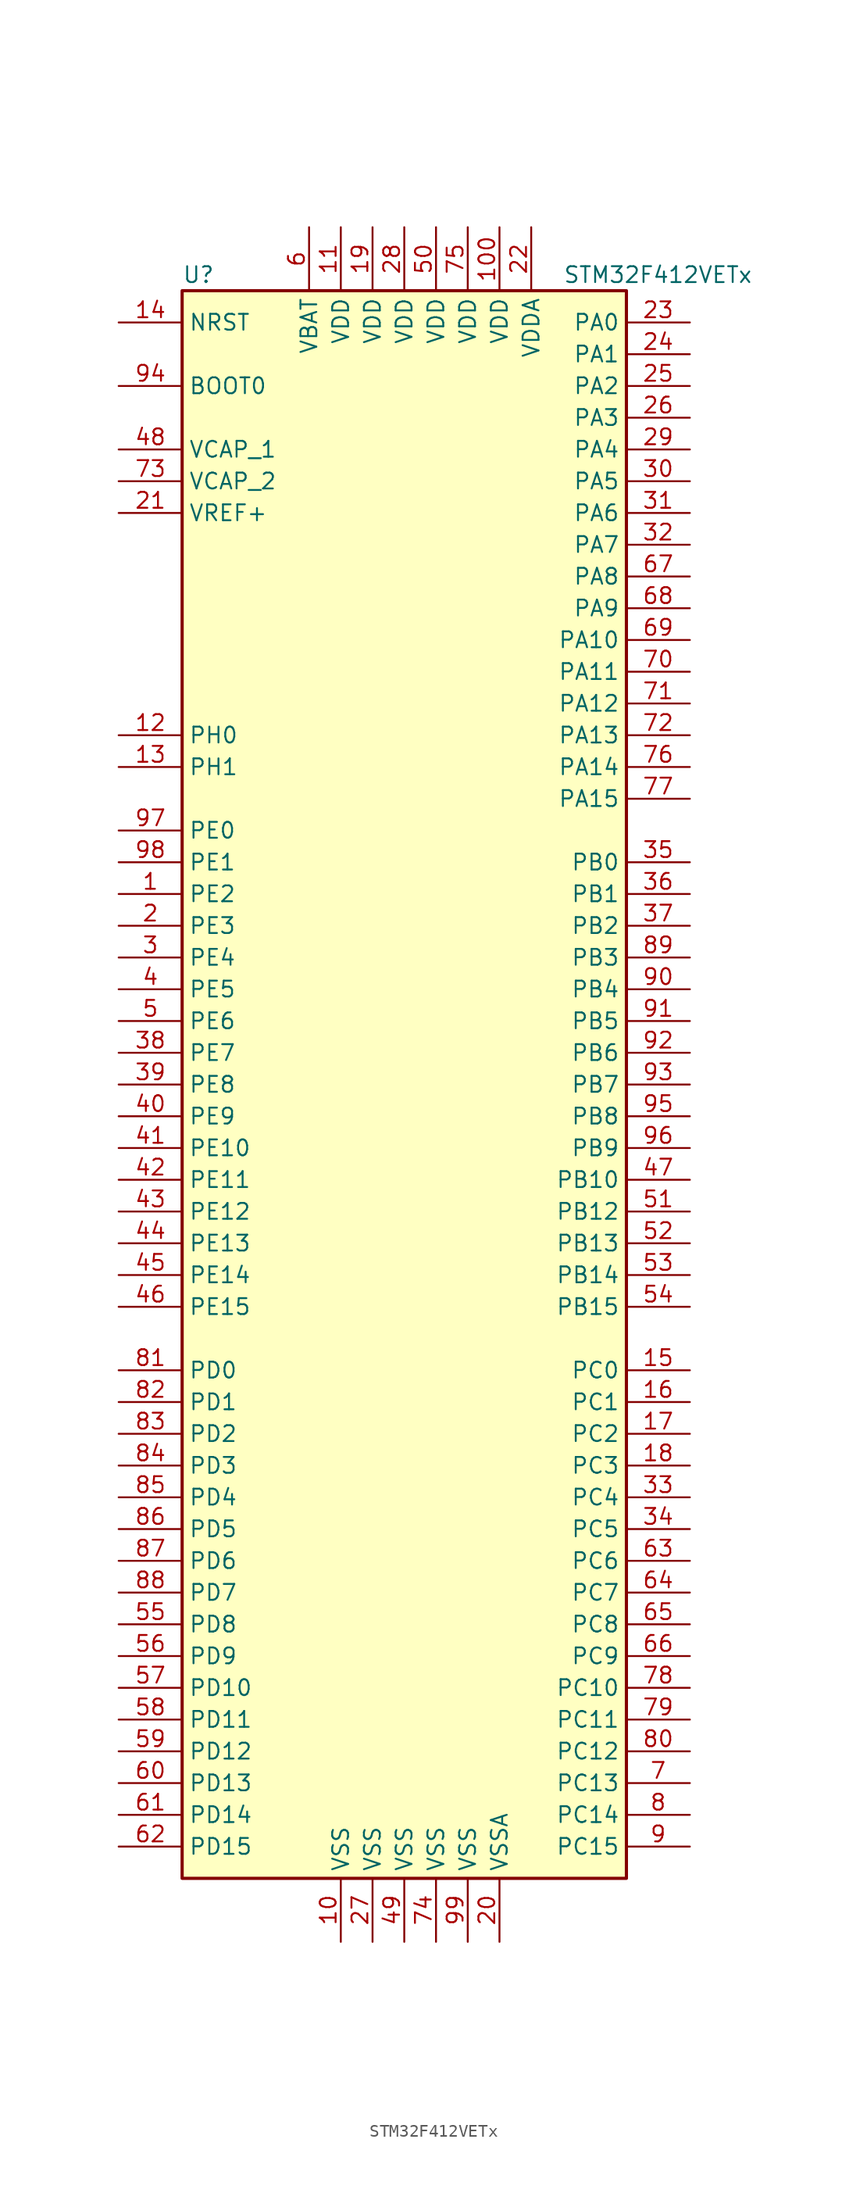
<source format=kicad_sym>
(kicad_symbol_lib
  (version 20220914)
  (generator kicad_symbol_editor)
  (symbol "STM32F412VETx"
    (property "Reference" "U"
      (at -17.78 64.77 0)
      (effects (font (size 1.27 1.27)) (justify left)))
    (property "Value" "STM32F412VETx"
      (at 12.7 64.77 0)
      (effects (font (size 1.27 1.27)) (justify left)))
    (symbol "STM32F412VETx_0_1"
      (rectangle (start -17.78 -63.5) (end 17.78 63.5) (stroke (width 0.254) (type default)) (fill (type background))))
    (symbol "STM32F412VETx_1_1"
      (pin bidirectional line (at -22.86 15.24 0) (length 5.08) (name "PE2" (effects (font (size 1.27 1.27)))) (number "1" (effects (font (size 1.27 1.27)))))
      (pin power_in line (at -5.08 -68.58 90) (length 5.08) (name "VSS" (effects (font (size 1.27 1.27)))) (number "10" (effects (font (size 1.27 1.27)))))
      (pin power_in line (at 7.62 68.58 270) (length 5.08) (name "VDD" (effects (font (size 1.27 1.27)))) (number "100" (effects (font (size 1.27 1.27)))))
      (pin power_in line (at -5.08 68.58 270) (length 5.08) (name "VDD" (effects (font (size 1.27 1.27)))) (number "11" (effects (font (size 1.27 1.27)))))
      (pin input line (at -22.86 27.94 0) (length 5.08) (name "PH0" (effects (font (size 1.27 1.27)))) (number "12" (effects (font (size 1.27 1.27)))))
      (pin input line (at -22.86 25.4 0) (length 5.08) (name "PH1" (effects (font (size 1.27 1.27)))) (number "13" (effects (font (size 1.27 1.27)))))
      (pin input line (at -22.86 60.96 0) (length 5.08) (name "NRST" (effects (font (size 1.27 1.27)))) (number "14" (effects (font (size 1.27 1.27)))))
      (pin bidirectional line (at 22.86 -22.86 180) (length 5.08) (name "PC0" (effects (font (size 1.27 1.27)))) (number "15" (effects (font (size 1.27 1.27)))))
      (pin bidirectional line (at 22.86 -25.4 180) (length 5.08) (name "PC1" (effects (font (size 1.27 1.27)))) (number "16" (effects (font (size 1.27 1.27)))))
      (pin bidirectional line (at 22.86 -27.94 180) (length 5.08) (name "PC2" (effects (font (size 1.27 1.27)))) (number "17" (effects (font (size 1.27 1.27)))))
      (pin bidirectional line (at 22.86 -30.48 180) (length 5.08) (name "PC3" (effects (font (size 1.27 1.27)))) (number "18" (effects (font (size 1.27 1.27)))))
      (pin power_in line (at -2.54 68.58 270) (length 5.08) (name "VDD" (effects (font (size 1.27 1.27)))) (number "19" (effects (font (size 1.27 1.27)))))
      (pin bidirectional line (at -22.86 12.7 0) (length 5.08) (name "PE3" (effects (font (size 1.27 1.27)))) (number "2" (effects (font (size 1.27 1.27)))))
      (pin power_in line (at 7.62 -68.58 90) (length 5.08) (name "VSSA" (effects (font (size 1.27 1.27)))) (number "20" (effects (font (size 1.27 1.27)))))
      (pin power_in line (at -22.86 45.72 0) (length 5.08) (name "VREF+" (effects (font (size 1.27 1.27)))) (number "21" (effects (font (size 1.27 1.27)))))
      (pin power_in line (at 10.16 68.58 270) (length 5.08) (name "VDDA" (effects (font (size 1.27 1.27)))) (number "22" (effects (font (size 1.27 1.27)))))
      (pin bidirectional line (at 22.86 60.96 180) (length 5.08) (name "PA0" (effects (font (size 1.27 1.27)))) (number "23" (effects (font (size 1.27 1.27)))))
      (pin bidirectional line (at 22.86 58.42 180) (length 5.08) (name "PA1" (effects (font (size 1.27 1.27)))) (number "24" (effects (font (size 1.27 1.27)))))
      (pin bidirectional line (at 22.86 55.88 180) (length 5.08) (name "PA2" (effects (font (size 1.27 1.27)))) (number "25" (effects (font (size 1.27 1.27)))))
      (pin bidirectional line (at 22.86 53.34 180) (length 5.08) (name "PA3" (effects (font (size 1.27 1.27)))) (number "26" (effects (font (size 1.27 1.27)))))
      (pin power_in line (at -2.54 -68.58 90) (length 5.08) (name "VSS" (effects (font (size 1.27 1.27)))) (number "27" (effects (font (size 1.27 1.27)))))
      (pin power_in line (at 0 68.58 270) (length 5.08) (name "VDD" (effects (font (size 1.27 1.27)))) (number "28" (effects (font (size 1.27 1.27)))))
      (pin bidirectional line (at 22.86 50.8 180) (length 5.08) (name "PA4" (effects (font (size 1.27 1.27)))) (number "29" (effects (font (size 1.27 1.27)))))
      (pin bidirectional line (at -22.86 10.16 0) (length 5.08) (name "PE4" (effects (font (size 1.27 1.27)))) (number "3" (effects (font (size 1.27 1.27)))))
      (pin bidirectional line (at 22.86 48.26 180) (length 5.08) (name "PA5" (effects (font (size 1.27 1.27)))) (number "30" (effects (font (size 1.27 1.27)))))
      (pin bidirectional line (at 22.86 45.72 180) (length 5.08) (name "PA6" (effects (font (size 1.27 1.27)))) (number "31" (effects (font (size 1.27 1.27)))))
      (pin bidirectional line (at 22.86 43.18 180) (length 5.08) (name "PA7" (effects (font (size 1.27 1.27)))) (number "32" (effects (font (size 1.27 1.27)))))
      (pin bidirectional line (at 22.86 -33.02 180) (length 5.08) (name "PC4" (effects (font (size 1.27 1.27)))) (number "33" (effects (font (size 1.27 1.27)))))
      (pin bidirectional line (at 22.86 -35.56 180) (length 5.08) (name "PC5" (effects (font (size 1.27 1.27)))) (number "34" (effects (font (size 1.27 1.27)))))
      (pin bidirectional line (at 22.86 17.78 180) (length 5.08) (name "PB0" (effects (font (size 1.27 1.27)))) (number "35" (effects (font (size 1.27 1.27)))))
      (pin bidirectional line (at 22.86 15.24 180) (length 5.08) (name "PB1" (effects (font (size 1.27 1.27)))) (number "36" (effects (font (size 1.27 1.27)))))
      (pin bidirectional line (at 22.86 12.7 180) (length 5.08) (name "PB2" (effects (font (size 1.27 1.27)))) (number "37" (effects (font (size 1.27 1.27)))))
      (pin bidirectional line (at -22.86 2.54 0) (length 5.08) (name "PE7" (effects (font (size 1.27 1.27)))) (number "38" (effects (font (size 1.27 1.27)))))
      (pin bidirectional line (at -22.86 0 0) (length 5.08) (name "PE8" (effects (font (size 1.27 1.27)))) (number "39" (effects (font (size 1.27 1.27)))))
      (pin bidirectional line (at -22.86 7.62 0) (length 5.08) (name "PE5" (effects (font (size 1.27 1.27)))) (number "4" (effects (font (size 1.27 1.27)))))
      (pin bidirectional line (at -22.86 -2.54 0) (length 5.08) (name "PE9" (effects (font (size 1.27 1.27)))) (number "40" (effects (font (size 1.27 1.27)))))
      (pin bidirectional line (at -22.86 -5.08 0) (length 5.08) (name "PE10" (effects (font (size 1.27 1.27)))) (number "41" (effects (font (size 1.27 1.27)))))
      (pin bidirectional line (at -22.86 -7.62 0) (length 5.08) (name "PE11" (effects (font (size 1.27 1.27)))) (number "42" (effects (font (size 1.27 1.27)))))
      (pin bidirectional line (at -22.86 -10.16 0) (length 5.08) (name "PE12" (effects (font (size 1.27 1.27)))) (number "43" (effects (font (size 1.27 1.27)))))
      (pin bidirectional line (at -22.86 -12.7 0) (length 5.08) (name "PE13" (effects (font (size 1.27 1.27)))) (number "44" (effects (font (size 1.27 1.27)))))
      (pin bidirectional line (at -22.86 -15.24 0) (length 5.08) (name "PE14" (effects (font (size 1.27 1.27)))) (number "45" (effects (font (size 1.27 1.27)))))
      (pin bidirectional line (at -22.86 -17.78 0) (length 5.08) (name "PE15" (effects (font (size 1.27 1.27)))) (number "46" (effects (font (size 1.27 1.27)))))
      (pin bidirectional line (at 22.86 -7.62 180) (length 5.08) (name "PB10" (effects (font (size 1.27 1.27)))) (number "47" (effects (font (size 1.27 1.27)))))
      (pin power_in line (at -22.86 50.8 0) (length 5.08) (name "VCAP_1" (effects (font (size 1.27 1.27)))) (number "48" (effects (font (size 1.27 1.27)))))
      (pin power_in line (at 0 -68.58 90) (length 5.08) (name "VSS" (effects (font (size 1.27 1.27)))) (number "49" (effects (font (size 1.27 1.27)))))
      (pin bidirectional line (at -22.86 5.08 0) (length 5.08) (name "PE6" (effects (font (size 1.27 1.27)))) (number "5" (effects (font (size 1.27 1.27)))))
      (pin power_in line (at 2.54 68.58 270) (length 5.08) (name "VDD" (effects (font (size 1.27 1.27)))) (number "50" (effects (font (size 1.27 1.27)))))
      (pin bidirectional line (at 22.86 -10.16 180) (length 5.08) (name "PB12" (effects (font (size 1.27 1.27)))) (number "51" (effects (font (size 1.27 1.27)))))
      (pin bidirectional line (at 22.86 -12.7 180) (length 5.08) (name "PB13" (effects (font (size 1.27 1.27)))) (number "52" (effects (font (size 1.27 1.27)))))
      (pin bidirectional line (at 22.86 -15.24 180) (length 5.08) (name "PB14" (effects (font (size 1.27 1.27)))) (number "53" (effects (font (size 1.27 1.27)))))
      (pin bidirectional line (at 22.86 -17.78 180) (length 5.08) (name "PB15" (effects (font (size 1.27 1.27)))) (number "54" (effects (font (size 1.27 1.27)))))
      (pin bidirectional line (at -22.86 -43.18 0) (length 5.08) (name "PD8" (effects (font (size 1.27 1.27)))) (number "55" (effects (font (size 1.27 1.27)))))
      (pin bidirectional line (at -22.86 -45.72 0) (length 5.08) (name "PD9" (effects (font (size 1.27 1.27)))) (number "56" (effects (font (size 1.27 1.27)))))
      (pin bidirectional line (at -22.86 -48.26 0) (length 5.08) (name "PD10" (effects (font (size 1.27 1.27)))) (number "57" (effects (font (size 1.27 1.27)))))
      (pin bidirectional line (at -22.86 -50.8 0) (length 5.08) (name "PD11" (effects (font (size 1.27 1.27)))) (number "58" (effects (font (size 1.27 1.27)))))
      (pin bidirectional line (at -22.86 -53.34 0) (length 5.08) (name "PD12" (effects (font (size 1.27 1.27)))) (number "59" (effects (font (size 1.27 1.27)))))
      (pin power_in line (at -7.62 68.58 270) (length 5.08) (name "VBAT" (effects (font (size 1.27 1.27)))) (number "6" (effects (font (size 1.27 1.27)))))
      (pin bidirectional line (at -22.86 -55.88 0) (length 5.08) (name "PD13" (effects (font (size 1.27 1.27)))) (number "60" (effects (font (size 1.27 1.27)))))
      (pin bidirectional line (at -22.86 -58.42 0) (length 5.08) (name "PD14" (effects (font (size 1.27 1.27)))) (number "61" (effects (font (size 1.27 1.27)))))
      (pin bidirectional line (at -22.86 -60.96 0) (length 5.08) (name "PD15" (effects (font (size 1.27 1.27)))) (number "62" (effects (font (size 1.27 1.27)))))
      (pin bidirectional line (at 22.86 -38.1 180) (length 5.08) (name "PC6" (effects (font (size 1.27 1.27)))) (number "63" (effects (font (size 1.27 1.27)))))
      (pin bidirectional line (at 22.86 -40.64 180) (length 5.08) (name "PC7" (effects (font (size 1.27 1.27)))) (number "64" (effects (font (size 1.27 1.27)))))
      (pin bidirectional line (at 22.86 -43.18 180) (length 5.08) (name "PC8" (effects (font (size 1.27 1.27)))) (number "65" (effects (font (size 1.27 1.27)))))
      (pin bidirectional line (at 22.86 -45.72 180) (length 5.08) (name "PC9" (effects (font (size 1.27 1.27)))) (number "66" (effects (font (size 1.27 1.27)))))
      (pin bidirectional line (at 22.86 40.64 180) (length 5.08) (name "PA8" (effects (font (size 1.27 1.27)))) (number "67" (effects (font (size 1.27 1.27)))))
      (pin bidirectional line (at 22.86 38.1 180) (length 5.08) (name "PA9" (effects (font (size 1.27 1.27)))) (number "68" (effects (font (size 1.27 1.27)))))
      (pin bidirectional line (at 22.86 35.56 180) (length 5.08) (name "PA10" (effects (font (size 1.27 1.27)))) (number "69" (effects (font (size 1.27 1.27)))))
      (pin bidirectional line (at 22.86 -55.88 180) (length 5.08) (name "PC13" (effects (font (size 1.27 1.27)))) (number "7" (effects (font (size 1.27 1.27)))))
      (pin bidirectional line (at 22.86 33.02 180) (length 5.08) (name "PA11" (effects (font (size 1.27 1.27)))) (number "70" (effects (font (size 1.27 1.27)))))
      (pin bidirectional line (at 22.86 30.48 180) (length 5.08) (name "PA12" (effects (font (size 1.27 1.27)))) (number "71" (effects (font (size 1.27 1.27)))))
      (pin bidirectional line (at 22.86 27.94 180) (length 5.08) (name "PA13" (effects (font (size 1.27 1.27)))) (number "72" (effects (font (size 1.27 1.27)))))
      (pin power_in line (at -22.86 48.26 0) (length 5.08) (name "VCAP_2" (effects (font (size 1.27 1.27)))) (number "73" (effects (font (size 1.27 1.27)))))
      (pin power_in line (at 2.54 -68.58 90) (length 5.08) (name "VSS" (effects (font (size 1.27 1.27)))) (number "74" (effects (font (size 1.27 1.27)))))
      (pin power_in line (at 5.08 68.58 270) (length 5.08) (name "VDD" (effects (font (size 1.27 1.27)))) (number "75" (effects (font (size 1.27 1.27)))))
      (pin bidirectional line (at 22.86 25.4 180) (length 5.08) (name "PA14" (effects (font (size 1.27 1.27)))) (number "76" (effects (font (size 1.27 1.27)))))
      (pin bidirectional line (at 22.86 22.86 180) (length 5.08) (name "PA15" (effects (font (size 1.27 1.27)))) (number "77" (effects (font (size 1.27 1.27)))))
      (pin bidirectional line (at 22.86 -48.26 180) (length 5.08) (name "PC10" (effects (font (size 1.27 1.27)))) (number "78" (effects (font (size 1.27 1.27)))))
      (pin bidirectional line (at 22.86 -50.8 180) (length 5.08) (name "PC11" (effects (font (size 1.27 1.27)))) (number "79" (effects (font (size 1.27 1.27)))))
      (pin bidirectional line (at 22.86 -58.42 180) (length 5.08) (name "PC14" (effects (font (size 1.27 1.27)))) (number "8" (effects (font (size 1.27 1.27)))))
      (pin bidirectional line (at 22.86 -53.34 180) (length 5.08) (name "PC12" (effects (font (size 1.27 1.27)))) (number "80" (effects (font (size 1.27 1.27)))))
      (pin bidirectional line (at -22.86 -22.86 0) (length 5.08) (name "PD0" (effects (font (size 1.27 1.27)))) (number "81" (effects (font (size 1.27 1.27)))))
      (pin bidirectional line (at -22.86 -25.4 0) (length 5.08) (name "PD1" (effects (font (size 1.27 1.27)))) (number "82" (effects (font (size 1.27 1.27)))))
      (pin bidirectional line (at -22.86 -27.94 0) (length 5.08) (name "PD2" (effects (font (size 1.27 1.27)))) (number "83" (effects (font (size 1.27 1.27)))))
      (pin bidirectional line (at -22.86 -30.48 0) (length 5.08) (name "PD3" (effects (font (size 1.27 1.27)))) (number "84" (effects (font (size 1.27 1.27)))))
      (pin bidirectional line (at -22.86 -33.02 0) (length 5.08) (name "PD4" (effects (font (size 1.27 1.27)))) (number "85" (effects (font (size 1.27 1.27)))))
      (pin bidirectional line (at -22.86 -35.56 0) (length 5.08) (name "PD5" (effects (font (size 1.27 1.27)))) (number "86" (effects (font (size 1.27 1.27)))))
      (pin bidirectional line (at -22.86 -38.1 0) (length 5.08) (name "PD6" (effects (font (size 1.27 1.27)))) (number "87" (effects (font (size 1.27 1.27)))))
      (pin bidirectional line (at -22.86 -40.64 0) (length 5.08) (name "PD7" (effects (font (size 1.27 1.27)))) (number "88" (effects (font (size 1.27 1.27)))))
      (pin bidirectional line (at 22.86 10.16 180) (length 5.08) (name "PB3" (effects (font (size 1.27 1.27)))) (number "89" (effects (font (size 1.27 1.27)))))
      (pin bidirectional line (at 22.86 -60.96 180) (length 5.08) (name "PC15" (effects (font (size 1.27 1.27)))) (number "9" (effects (font (size 1.27 1.27)))))
      (pin bidirectional line (at 22.86 7.62 180) (length 5.08) (name "PB4" (effects (font (size 1.27 1.27)))) (number "90" (effects (font (size 1.27 1.27)))))
      (pin bidirectional line (at 22.86 5.08 180) (length 5.08) (name "PB5" (effects (font (size 1.27 1.27)))) (number "91" (effects (font (size 1.27 1.27)))))
      (pin bidirectional line (at 22.86 2.54 180) (length 5.08) (name "PB6" (effects (font (size 1.27 1.27)))) (number "92" (effects (font (size 1.27 1.27)))))
      (pin bidirectional line (at 22.86 0 180) (length 5.08) (name "PB7" (effects (font (size 1.27 1.27)))) (number "93" (effects (font (size 1.27 1.27)))))
      (pin input line (at -22.86 55.88 0) (length 5.08) (name "BOOT0" (effects (font (size 1.27 1.27)))) (number "94" (effects (font (size 1.27 1.27)))))
      (pin bidirectional line (at 22.86 -2.54 180) (length 5.08) (name "PB8" (effects (font (size 1.27 1.27)))) (number "95" (effects (font (size 1.27 1.27)))))
      (pin bidirectional line (at 22.86 -5.08 180) (length 5.08) (name "PB9" (effects (font (size 1.27 1.27)))) (number "96" (effects (font (size 1.27 1.27)))))
      (pin bidirectional line (at -22.86 20.32 0) (length 5.08) (name "PE0" (effects (font (size 1.27 1.27)))) (number "97" (effects (font (size 1.27 1.27)))))
      (pin bidirectional line (at -22.86 17.78 0) (length 5.08) (name "PE1" (effects (font (size 1.27 1.27)))) (number "98" (effects (font (size 1.27 1.27)))))
      (pin power_in line (at 5.08 -68.58 90) (length 5.08) (name "VSS" (effects (font (size 1.27 1.27)))) (number "99" (effects (font (size 1.27 1.27))))))))
</source>
